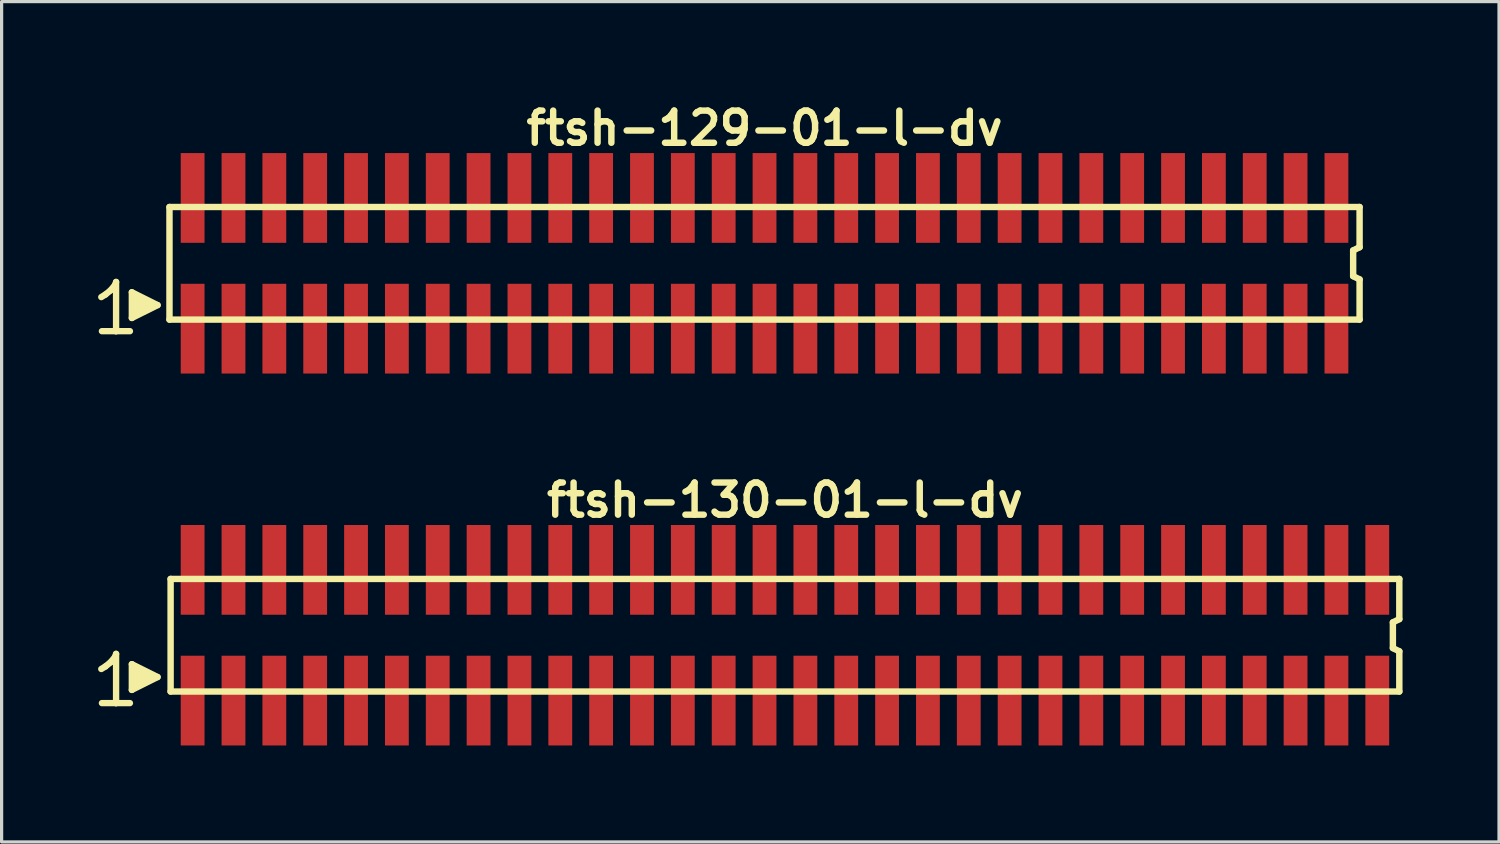
<source format=kicad_pcb>
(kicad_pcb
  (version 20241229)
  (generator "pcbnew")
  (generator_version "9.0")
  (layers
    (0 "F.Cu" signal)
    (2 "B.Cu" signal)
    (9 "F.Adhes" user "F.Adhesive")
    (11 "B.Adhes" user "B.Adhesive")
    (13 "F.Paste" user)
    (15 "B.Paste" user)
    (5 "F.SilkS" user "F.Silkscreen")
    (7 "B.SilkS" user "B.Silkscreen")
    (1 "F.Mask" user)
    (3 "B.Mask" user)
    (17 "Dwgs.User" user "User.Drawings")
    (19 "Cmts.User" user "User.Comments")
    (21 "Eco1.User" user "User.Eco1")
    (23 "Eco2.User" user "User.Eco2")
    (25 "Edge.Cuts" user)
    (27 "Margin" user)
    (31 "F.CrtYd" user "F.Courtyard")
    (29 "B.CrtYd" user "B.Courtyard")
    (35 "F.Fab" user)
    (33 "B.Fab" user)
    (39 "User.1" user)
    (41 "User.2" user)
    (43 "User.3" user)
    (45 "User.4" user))
  (footprint "ftsh-129-01-l-dv"
    (layer "F.Cu")
    (at 20.719 5.136)
    (property "Reference" "ftsh-129-01-l-dv" (at 0 -4.2 0) (layer "F.SilkS") (effects (font (size 1 1) (thickness 0.2))))
    (attr smd)
    (fp_line (start -20.62 1.05) (end -20.49 0.97) (stroke (width 0.198) (type solid)) (layer "F.SilkS"))
    (fp_line (start -20.49 0.97) (end -20.33 0.84) (stroke (width 0.198) (type solid)) (layer "F.SilkS"))
    (fp_line (start -20.33 0.84) (end -20.19 0.67) (stroke (width 0.198) (type solid)) (layer "F.SilkS"))
    (fp_line (start -20.19 0.67) (end -20.16 0.58) (stroke (width 0.198) (type solid)) (layer "F.SilkS"))
    (fp_line (start -20.16 0.58) (end -20.16 2.11) (stroke (width 0.198) (type solid)) (layer "F.SilkS"))
    (fp_line (start -20.16 2.11) (end -20.6 2.11) (stroke (width 0.198) (type solid)) (layer "F.SilkS"))
    (fp_line (start -19.73 2.11) (end -20.17 2.11) (stroke (width 0.198) (type solid)) (layer "F.SilkS"))
    (fp_line (start -19.67 0.9) (end -18.87 1.3) (stroke (width 0.198) (type solid)) (layer "F.SilkS"))
    (fp_line (start -19.67 1.7) (end -19.67 0.9) (stroke (width 0.198) (type solid)) (layer "F.SilkS"))
    (fp_line (start -19.57 1.6) (end -19.57 1) (stroke (width 0.198) (type solid)) (layer "F.SilkS"))
    (fp_line (start -19.47 1.1) (end -19.47 1.5) (stroke (width 0.198) (type solid)) (layer "F.SilkS"))
    (fp_line (start -19.37 1.5) (end -19.37 1.1) (stroke (width 0.198) (type solid)) (layer "F.SilkS"))
    (fp_line (start -19.27 1.2) (end -19.27 1.4) (stroke (width 0.198) (type solid)) (layer "F.SilkS"))
    (fp_line (start -19.17 1.4) (end -19.17 1.2) (stroke (width 0.198) (type solid)) (layer "F.SilkS"))
    (fp_line (start -18.87 1.3) (end -19.67 1.7) (stroke (width 0.198) (type solid)) (layer "F.SilkS"))
    (fp_line (start -18.5 -1.75) (end -18.5 1.75) (stroke (width 0.2) (type solid)) (layer "F.SilkS"))
    (fp_line (start -18.5 -1.75) (end 18.5 -1.75) (stroke (width 0.2) (type solid)) (layer "F.SilkS"))
    (fp_line (start -18.5 1.75) (end 18.5 1.75) (stroke (width 0.2) (type solid)) (layer "F.SilkS"))
    (fp_line (start 18.3 -0.4) (end 18.3 0.4) (stroke (width 0.2) (type solid)) (layer "F.SilkS"))
    (fp_line (start 18.3 0.4) (end 18.5 0.5) (stroke (width 0.2) (type solid)) (layer "F.SilkS"))
    (fp_line (start 18.5 -0.5) (end 18.3 -0.4) (stroke (width 0.2) (type solid)) (layer "F.SilkS"))
    (fp_line (start 18.5 -0.5) (end 18.5 -1.75) (stroke (width 0.2) (type solid)) (layer "F.SilkS"))
    (fp_line (start 18.5 0.5) (end 18.5 1.75) (stroke (width 0.2) (type solid)) (layer "F.SilkS"))
    (pad "1" smd rect (at -17.78 2.032) (size 0.74 2.79) (layers "F.Cu" "F.Mask" "F.Paste"))
    (pad "2" smd rect (at -17.78 -2.032) (size 0.74 2.79) (layers "F.Cu" "F.Mask" "F.Paste"))
    (pad "3" smd rect (at -16.51 2.032) (size 0.74 2.79) (layers "F.Cu" "F.Mask" "F.Paste"))
    (pad "4" smd rect (at -16.51 -2.032) (size 0.74 2.79) (layers "F.Cu" "F.Mask" "F.Paste"))
    (pad "5" smd rect (at -15.24 2.032) (size 0.74 2.79) (layers "F.Cu" "F.Mask" "F.Paste"))
    (pad "6" smd rect (at -15.24 -2.032) (size 0.74 2.79) (layers "F.Cu" "F.Mask" "F.Paste"))
    (pad "7" smd rect (at -13.97 2.032) (size 0.74 2.79) (layers "F.Cu" "F.Mask" "F.Paste"))
    (pad "8" smd rect (at -13.97 -2.032) (size 0.74 2.79) (layers "F.Cu" "F.Mask" "F.Paste"))
    (pad "9" smd rect (at -12.7 2.032) (size 0.74 2.79) (layers "F.Cu" "F.Mask" "F.Paste"))
    (pad "10" smd rect (at -12.7 -2.032) (size 0.74 2.79) (layers "F.Cu" "F.Mask" "F.Paste"))
    (pad "11" smd rect (at -11.43 2.032) (size 0.74 2.79) (layers "F.Cu" "F.Mask" "F.Paste"))
    (pad "12" smd rect (at -11.43 -2.032) (size 0.74 2.79) (layers "F.Cu" "F.Mask" "F.Paste"))
    (pad "13" smd rect (at -10.16 2.032) (size 0.74 2.79) (layers "F.Cu" "F.Mask" "F.Paste"))
    (pad "14" smd rect (at -10.16 -2.032) (size 0.74 2.79) (layers "F.Cu" "F.Mask" "F.Paste"))
    (pad "15" smd rect (at -8.89 2.032) (size 0.74 2.79) (layers "F.Cu" "F.Mask" "F.Paste"))
    (pad "16" smd rect (at -8.89 -2.032) (size 0.74 2.79) (layers "F.Cu" "F.Mask" "F.Paste"))
    (pad "17" smd rect (at -7.62 2.032) (size 0.74 2.79) (layers "F.Cu" "F.Mask" "F.Paste"))
    (pad "18" smd rect (at -7.62 -2.032) (size 0.74 2.79) (layers "F.Cu" "F.Mask" "F.Paste"))
    (pad "19" smd rect (at -6.35 2.032) (size 0.74 2.79) (layers "F.Cu" "F.Mask" "F.Paste"))
    (pad "20" smd rect (at -6.35 -2.032) (size 0.74 2.79) (layers "F.Cu" "F.Mask" "F.Paste"))
    (pad "21" smd rect (at -5.08 2.032) (size 0.74 2.79) (layers "F.Cu" "F.Mask" "F.Paste"))
    (pad "22" smd rect (at -5.08 -2.032) (size 0.74 2.79) (layers "F.Cu" "F.Mask" "F.Paste"))
    (pad "23" smd rect (at -3.81 2.032) (size 0.74 2.79) (layers "F.Cu" "F.Mask" "F.Paste"))
    (pad "24" smd rect (at -3.81 -2.032) (size 0.74 2.79) (layers "F.Cu" "F.Mask" "F.Paste"))
    (pad "25" smd rect (at -2.54 2.032) (size 0.74 2.79) (layers "F.Cu" "F.Mask" "F.Paste"))
    (pad "26" smd rect (at -2.54 -2.032) (size 0.74 2.79) (layers "F.Cu" "F.Mask" "F.Paste"))
    (pad "27" smd rect (at -1.27 2.032) (size 0.74 2.79) (layers "F.Cu" "F.Mask" "F.Paste"))
    (pad "28" smd rect (at -1.27 -2.032) (size 0.74 2.79) (layers "F.Cu" "F.Mask" "F.Paste"))
    (pad "29" smd rect (at 0 2.032) (size 0.74 2.79) (layers "F.Cu" "F.Mask" "F.Paste"))
    (pad "30" smd rect (at 0 -2.032) (size 0.74 2.79) (layers "F.Cu" "F.Mask" "F.Paste"))
    (pad "31" smd rect (at 1.27 2.032) (size 0.74 2.79) (layers "F.Cu" "F.Mask" "F.Paste"))
    (pad "32" smd rect (at 1.27 -2.032) (size 0.74 2.79) (layers "F.Cu" "F.Mask" "F.Paste"))
    (pad "33" smd rect (at 2.54 2.032) (size 0.74 2.79) (layers "F.Cu" "F.Mask" "F.Paste"))
    (pad "34" smd rect (at 2.54 -2.032) (size 0.74 2.79) (layers "F.Cu" "F.Mask" "F.Paste"))
    (pad "35" smd rect (at 3.81 2.032) (size 0.74 2.79) (layers "F.Cu" "F.Mask" "F.Paste"))
    (pad "36" smd rect (at 3.81 -2.032) (size 0.74 2.79) (layers "F.Cu" "F.Mask" "F.Paste"))
    (pad "37" smd rect (at 5.08 2.032) (size 0.74 2.79) (layers "F.Cu" "F.Mask" "F.Paste"))
    (pad "38" smd rect (at 5.08 -2.032) (size 0.74 2.79) (layers "F.Cu" "F.Mask" "F.Paste"))
    (pad "39" smd rect (at 6.35 2.032) (size 0.74 2.79) (layers "F.Cu" "F.Mask" "F.Paste"))
    (pad "40" smd rect (at 6.35 -2.032) (size 0.74 2.79) (layers "F.Cu" "F.Mask" "F.Paste"))
    (pad "41" smd rect (at 7.62 2.032) (size 0.74 2.79) (layers "F.Cu" "F.Mask" "F.Paste"))
    (pad "42" smd rect (at 7.62 -2.032) (size 0.74 2.79) (layers "F.Cu" "F.Mask" "F.Paste"))
    (pad "43" smd rect (at 8.89 2.032) (size 0.74 2.79) (layers "F.Cu" "F.Mask" "F.Paste"))
    (pad "44" smd rect (at 8.89 -2.032) (size 0.74 2.79) (layers "F.Cu" "F.Mask" "F.Paste"))
    (pad "45" smd rect (at 10.16 2.032) (size 0.74 2.79) (layers "F.Cu" "F.Mask" "F.Paste"))
    (pad "46" smd rect (at 10.16 -2.032) (size 0.74 2.79) (layers "F.Cu" "F.Mask" "F.Paste"))
    (pad "47" smd rect (at 11.43 2.032) (size 0.74 2.79) (layers "F.Cu" "F.Mask" "F.Paste"))
    (pad "48" smd rect (at 11.43 -2.032) (size 0.74 2.79) (layers "F.Cu" "F.Mask" "F.Paste"))
    (pad "49" smd rect (at 12.7 2.032) (size 0.74 2.79) (layers "F.Cu" "F.Mask" "F.Paste"))
    (pad "50" smd rect (at 12.7 -2.032) (size 0.74 2.79) (layers "F.Cu" "F.Mask" "F.Paste"))
    (pad "51" smd rect (at 13.97 2.032) (size 0.74 2.79) (layers "F.Cu" "F.Mask" "F.Paste"))
    (pad "52" smd rect (at 13.97 -2.032) (size 0.74 2.79) (layers "F.Cu" "F.Mask" "F.Paste"))
    (pad "53" smd rect (at 15.24 2.032) (size 0.74 2.79) (layers "F.Cu" "F.Mask" "F.Paste"))
    (pad "54" smd rect (at 15.24 -2.032) (size 0.74 2.79) (layers "F.Cu" "F.Mask" "F.Paste"))
    (pad "55" smd rect (at 16.51 2.032) (size 0.74 2.79) (layers "F.Cu" "F.Mask" "F.Paste"))
    (pad "56" smd rect (at 16.51 -2.032) (size 0.74 2.79) (layers "F.Cu" "F.Mask" "F.Paste"))
    (pad "57" smd rect (at 17.78 2.032) (size 0.74 2.79) (layers "F.Cu" "F.Mask" "F.Paste"))
    (pad "58" smd rect (at 17.78 -2.032) (size 0.74 2.79) (layers "F.Cu" "F.Mask" "F.Paste")))
  (footprint "ftsh-130-01-l-dv"
    (layer "F.Cu")
    (at 21.354 16.699)
    (property "Reference" "ftsh-130-01-l-dv" (at 0 -4.2 0) (layer "F.SilkS") (effects (font (size 1 1) (thickness 0.2))))
    (attr smd)
    (fp_line (start -21.255 1.05) (end -21.125 0.97) (stroke (width 0.198) (type solid)) (layer "F.SilkS"))
    (fp_line (start -21.125 0.97) (end -20.965 0.84) (stroke (width 0.198) (type solid)) (layer "F.SilkS"))
    (fp_line (start -20.965 0.84) (end -20.825 0.67) (stroke (width 0.198) (type solid)) (layer "F.SilkS"))
    (fp_line (start -20.825 0.67) (end -20.795 0.58) (stroke (width 0.198) (type solid)) (layer "F.SilkS"))
    (fp_line (start -20.795 0.58) (end -20.795 2.11) (stroke (width 0.198) (type solid)) (layer "F.SilkS"))
    (fp_line (start -20.795 2.11) (end -21.235 2.11) (stroke (width 0.198) (type solid)) (layer "F.SilkS"))
    (fp_line (start -20.365 2.11) (end -20.805 2.11) (stroke (width 0.198) (type solid)) (layer "F.SilkS"))
    (fp_line (start -20.305 0.9) (end -19.505 1.3) (stroke (width 0.198) (type solid)) (layer "F.SilkS"))
    (fp_line (start -20.305 1.7) (end -20.305 0.9) (stroke (width 0.198) (type solid)) (layer "F.SilkS"))
    (fp_line (start -20.205 1.6) (end -20.205 1) (stroke (width 0.198) (type solid)) (layer "F.SilkS"))
    (fp_line (start -20.105 1.1) (end -20.105 1.5) (stroke (width 0.198) (type solid)) (layer "F.SilkS"))
    (fp_line (start -20.005 1.5) (end -20.005 1.1) (stroke (width 0.198) (type solid)) (layer "F.SilkS"))
    (fp_line (start -19.905 1.2) (end -19.905 1.4) (stroke (width 0.198) (type solid)) (layer "F.SilkS"))
    (fp_line (start -19.805 1.4) (end -19.805 1.2) (stroke (width 0.198) (type solid)) (layer "F.SilkS"))
    (fp_line (start -19.505 1.3) (end -20.305 1.7) (stroke (width 0.198) (type solid)) (layer "F.SilkS"))
    (fp_line (start -19.1 -1.75) (end -19.1 1.75) (stroke (width 0.2) (type solid)) (layer "F.SilkS"))
    (fp_line (start -19.1 -1.75) (end 19.1 -1.75) (stroke (width 0.2) (type solid)) (layer "F.SilkS"))
    (fp_line (start -19.1 1.75) (end 19.1 1.75) (stroke (width 0.2) (type solid)) (layer "F.SilkS"))
    (fp_line (start 18.9 -0.4) (end 18.9 0.4) (stroke (width 0.2) (type solid)) (layer "F.SilkS"))
    (fp_line (start 18.9 0.4) (end 19.1 0.5) (stroke (width 0.2) (type solid)) (layer "F.SilkS"))
    (fp_line (start 19.1 -0.5) (end 18.9 -0.4) (stroke (width 0.2) (type solid)) (layer "F.SilkS"))
    (fp_line (start 19.1 -0.5) (end 19.1 -1.75) (stroke (width 0.2) (type solid)) (layer "F.SilkS"))
    (fp_line (start 19.1 0.5) (end 19.1 1.75) (stroke (width 0.2) (type solid)) (layer "F.SilkS"))
    (pad "1" smd rect (at -18.415 2.032) (size 0.74 2.79) (layers "F.Cu" "F.Mask" "F.Paste"))
    (pad "2" smd rect (at -18.415 -2.032) (size 0.74 2.79) (layers "F.Cu" "F.Mask" "F.Paste"))
    (pad "3" smd rect (at -17.145 2.032) (size 0.74 2.79) (layers "F.Cu" "F.Mask" "F.Paste"))
    (pad "4" smd rect (at -17.145 -2.032) (size 0.74 2.79) (layers "F.Cu" "F.Mask" "F.Paste"))
    (pad "5" smd rect (at -15.875 2.032) (size 0.74 2.79) (layers "F.Cu" "F.Mask" "F.Paste"))
    (pad "6" smd rect (at -15.875 -2.032) (size 0.74 2.79) (layers "F.Cu" "F.Mask" "F.Paste"))
    (pad "7" smd rect (at -14.605 2.032) (size 0.74 2.79) (layers "F.Cu" "F.Mask" "F.Paste"))
    (pad "8" smd rect (at -14.605 -2.032) (size 0.74 2.79) (layers "F.Cu" "F.Mask" "F.Paste"))
    (pad "9" smd rect (at -13.335 2.032) (size 0.74 2.79) (layers "F.Cu" "F.Mask" "F.Paste"))
    (pad "10" smd rect (at -13.335 -2.032) (size 0.74 2.79) (layers "F.Cu" "F.Mask" "F.Paste"))
    (pad "11" smd rect (at -12.065 2.032) (size 0.74 2.79) (layers "F.Cu" "F.Mask" "F.Paste"))
    (pad "12" smd rect (at -12.065 -2.032) (size 0.74 2.79) (layers "F.Cu" "F.Mask" "F.Paste"))
    (pad "13" smd rect (at -10.795 2.032) (size 0.74 2.79) (layers "F.Cu" "F.Mask" "F.Paste"))
    (pad "14" smd rect (at -10.795 -2.032) (size 0.74 2.79) (layers "F.Cu" "F.Mask" "F.Paste"))
    (pad "15" smd rect (at -9.525 2.032) (size 0.74 2.79) (layers "F.Cu" "F.Mask" "F.Paste"))
    (pad "16" smd rect (at -9.525 -2.032) (size 0.74 2.79) (layers "F.Cu" "F.Mask" "F.Paste"))
    (pad "17" smd rect (at -8.255 2.032) (size 0.74 2.79) (layers "F.Cu" "F.Mask" "F.Paste"))
    (pad "18" smd rect (at -8.255 -2.032) (size 0.74 2.79) (layers "F.Cu" "F.Mask" "F.Paste"))
    (pad "19" smd rect (at -6.985 2.032) (size 0.74 2.79) (layers "F.Cu" "F.Mask" "F.Paste"))
    (pad "20" smd rect (at -6.985 -2.032) (size 0.74 2.79) (layers "F.Cu" "F.Mask" "F.Paste"))
    (pad "21" smd rect (at -5.715 2.032) (size 0.74 2.79) (layers "F.Cu" "F.Mask" "F.Paste"))
    (pad "22" smd rect (at -5.715 -2.032) (size 0.74 2.79) (layers "F.Cu" "F.Mask" "F.Paste"))
    (pad "23" smd rect (at -4.445 2.032) (size 0.74 2.79) (layers "F.Cu" "F.Mask" "F.Paste"))
    (pad "24" smd rect (at -4.445 -2.032) (size 0.74 2.79) (layers "F.Cu" "F.Mask" "F.Paste"))
    (pad "25" smd rect (at -3.175 2.032) (size 0.74 2.79) (layers "F.Cu" "F.Mask" "F.Paste"))
    (pad "26" smd rect (at -3.175 -2.032) (size 0.74 2.79) (layers "F.Cu" "F.Mask" "F.Paste"))
    (pad "27" smd rect (at -1.905 2.032) (size 0.74 2.79) (layers "F.Cu" "F.Mask" "F.Paste"))
    (pad "28" smd rect (at -1.905 -2.032) (size 0.74 2.79) (layers "F.Cu" "F.Mask" "F.Paste"))
    (pad "29" smd rect (at -0.635 2.032) (size 0.74 2.79) (layers "F.Cu" "F.Mask" "F.Paste"))
    (pad "30" smd rect (at -0.635 -2.032) (size 0.74 2.79) (layers "F.Cu" "F.Mask" "F.Paste"))
    (pad "31" smd rect (at 0.635 2.032) (size 0.74 2.79) (layers "F.Cu" "F.Mask" "F.Paste"))
    (pad "32" smd rect (at 0.635 -2.032) (size 0.74 2.79) (layers "F.Cu" "F.Mask" "F.Paste"))
    (pad "33" smd rect (at 1.905 2.032) (size 0.74 2.79) (layers "F.Cu" "F.Mask" "F.Paste"))
    (pad "34" smd rect (at 1.905 -2.032) (size 0.74 2.79) (layers "F.Cu" "F.Mask" "F.Paste"))
    (pad "35" smd rect (at 3.175 2.032) (size 0.74 2.79) (layers "F.Cu" "F.Mask" "F.Paste"))
    (pad "36" smd rect (at 3.175 -2.032) (size 0.74 2.79) (layers "F.Cu" "F.Mask" "F.Paste"))
    (pad "37" smd rect (at 4.445 2.032) (size 0.74 2.79) (layers "F.Cu" "F.Mask" "F.Paste"))
    (pad "38" smd rect (at 4.445 -2.032) (size 0.74 2.79) (layers "F.Cu" "F.Mask" "F.Paste"))
    (pad "39" smd rect (at 5.715 2.032) (size 0.74 2.79) (layers "F.Cu" "F.Mask" "F.Paste"))
    (pad "40" smd rect (at 5.715 -2.032) (size 0.74 2.79) (layers "F.Cu" "F.Mask" "F.Paste"))
    (pad "41" smd rect (at 6.985 2.032) (size 0.74 2.79) (layers "F.Cu" "F.Mask" "F.Paste"))
    (pad "42" smd rect (at 6.985 -2.032) (size 0.74 2.79) (layers "F.Cu" "F.Mask" "F.Paste"))
    (pad "43" smd rect (at 8.255 2.032) (size 0.74 2.79) (layers "F.Cu" "F.Mask" "F.Paste"))
    (pad "44" smd rect (at 8.255 -2.032) (size 0.74 2.79) (layers "F.Cu" "F.Mask" "F.Paste"))
    (pad "45" smd rect (at 9.525 2.032) (size 0.74 2.79) (layers "F.Cu" "F.Mask" "F.Paste"))
    (pad "46" smd rect (at 9.525 -2.032) (size 0.74 2.79) (layers "F.Cu" "F.Mask" "F.Paste"))
    (pad "47" smd rect (at 10.795 2.032) (size 0.74 2.79) (layers "F.Cu" "F.Mask" "F.Paste"))
    (pad "48" smd rect (at 10.795 -2.032) (size 0.74 2.79) (layers "F.Cu" "F.Mask" "F.Paste"))
    (pad "49" smd rect (at 12.065 2.032) (size 0.74 2.79) (layers "F.Cu" "F.Mask" "F.Paste"))
    (pad "50" smd rect (at 12.065 -2.032) (size 0.74 2.79) (layers "F.Cu" "F.Mask" "F.Paste"))
    (pad "51" smd rect (at 13.335 2.032) (size 0.74 2.79) (layers "F.Cu" "F.Mask" "F.Paste"))
    (pad "52" smd rect (at 13.335 -2.032) (size 0.74 2.79) (layers "F.Cu" "F.Mask" "F.Paste"))
    (pad "53" smd rect (at 14.605 2.032) (size 0.74 2.79) (layers "F.Cu" "F.Mask" "F.Paste"))
    (pad "54" smd rect (at 14.605 -2.032) (size 0.74 2.79) (layers "F.Cu" "F.Mask" "F.Paste"))
    (pad "55" smd rect (at 15.875 2.032) (size 0.74 2.79) (layers "F.Cu" "F.Mask" "F.Paste"))
    (pad "56" smd rect (at 15.875 -2.032) (size 0.74 2.79) (layers "F.Cu" "F.Mask" "F.Paste"))
    (pad "57" smd rect (at 17.145 2.032) (size 0.74 2.79) (layers "F.Cu" "F.Mask" "F.Paste"))
    (pad "58" smd rect (at 17.145 -2.032) (size 0.74 2.79) (layers "F.Cu" "F.Mask" "F.Paste"))
    (pad "59" smd rect (at 18.415 2.032) (size 0.74 2.79) (layers "F.Cu" "F.Mask" "F.Paste"))
    (pad "60" smd rect (at 18.415 -2.032) (size 0.74 2.79) (layers "F.Cu" "F.Mask" "F.Paste")))
  (gr_rect
    (start -3 -3)
    (end 43.554 23.126)
    (stroke (width 0.1) (type default))
    (fill no)
    (layer "Edge.Cuts")))
</source>
